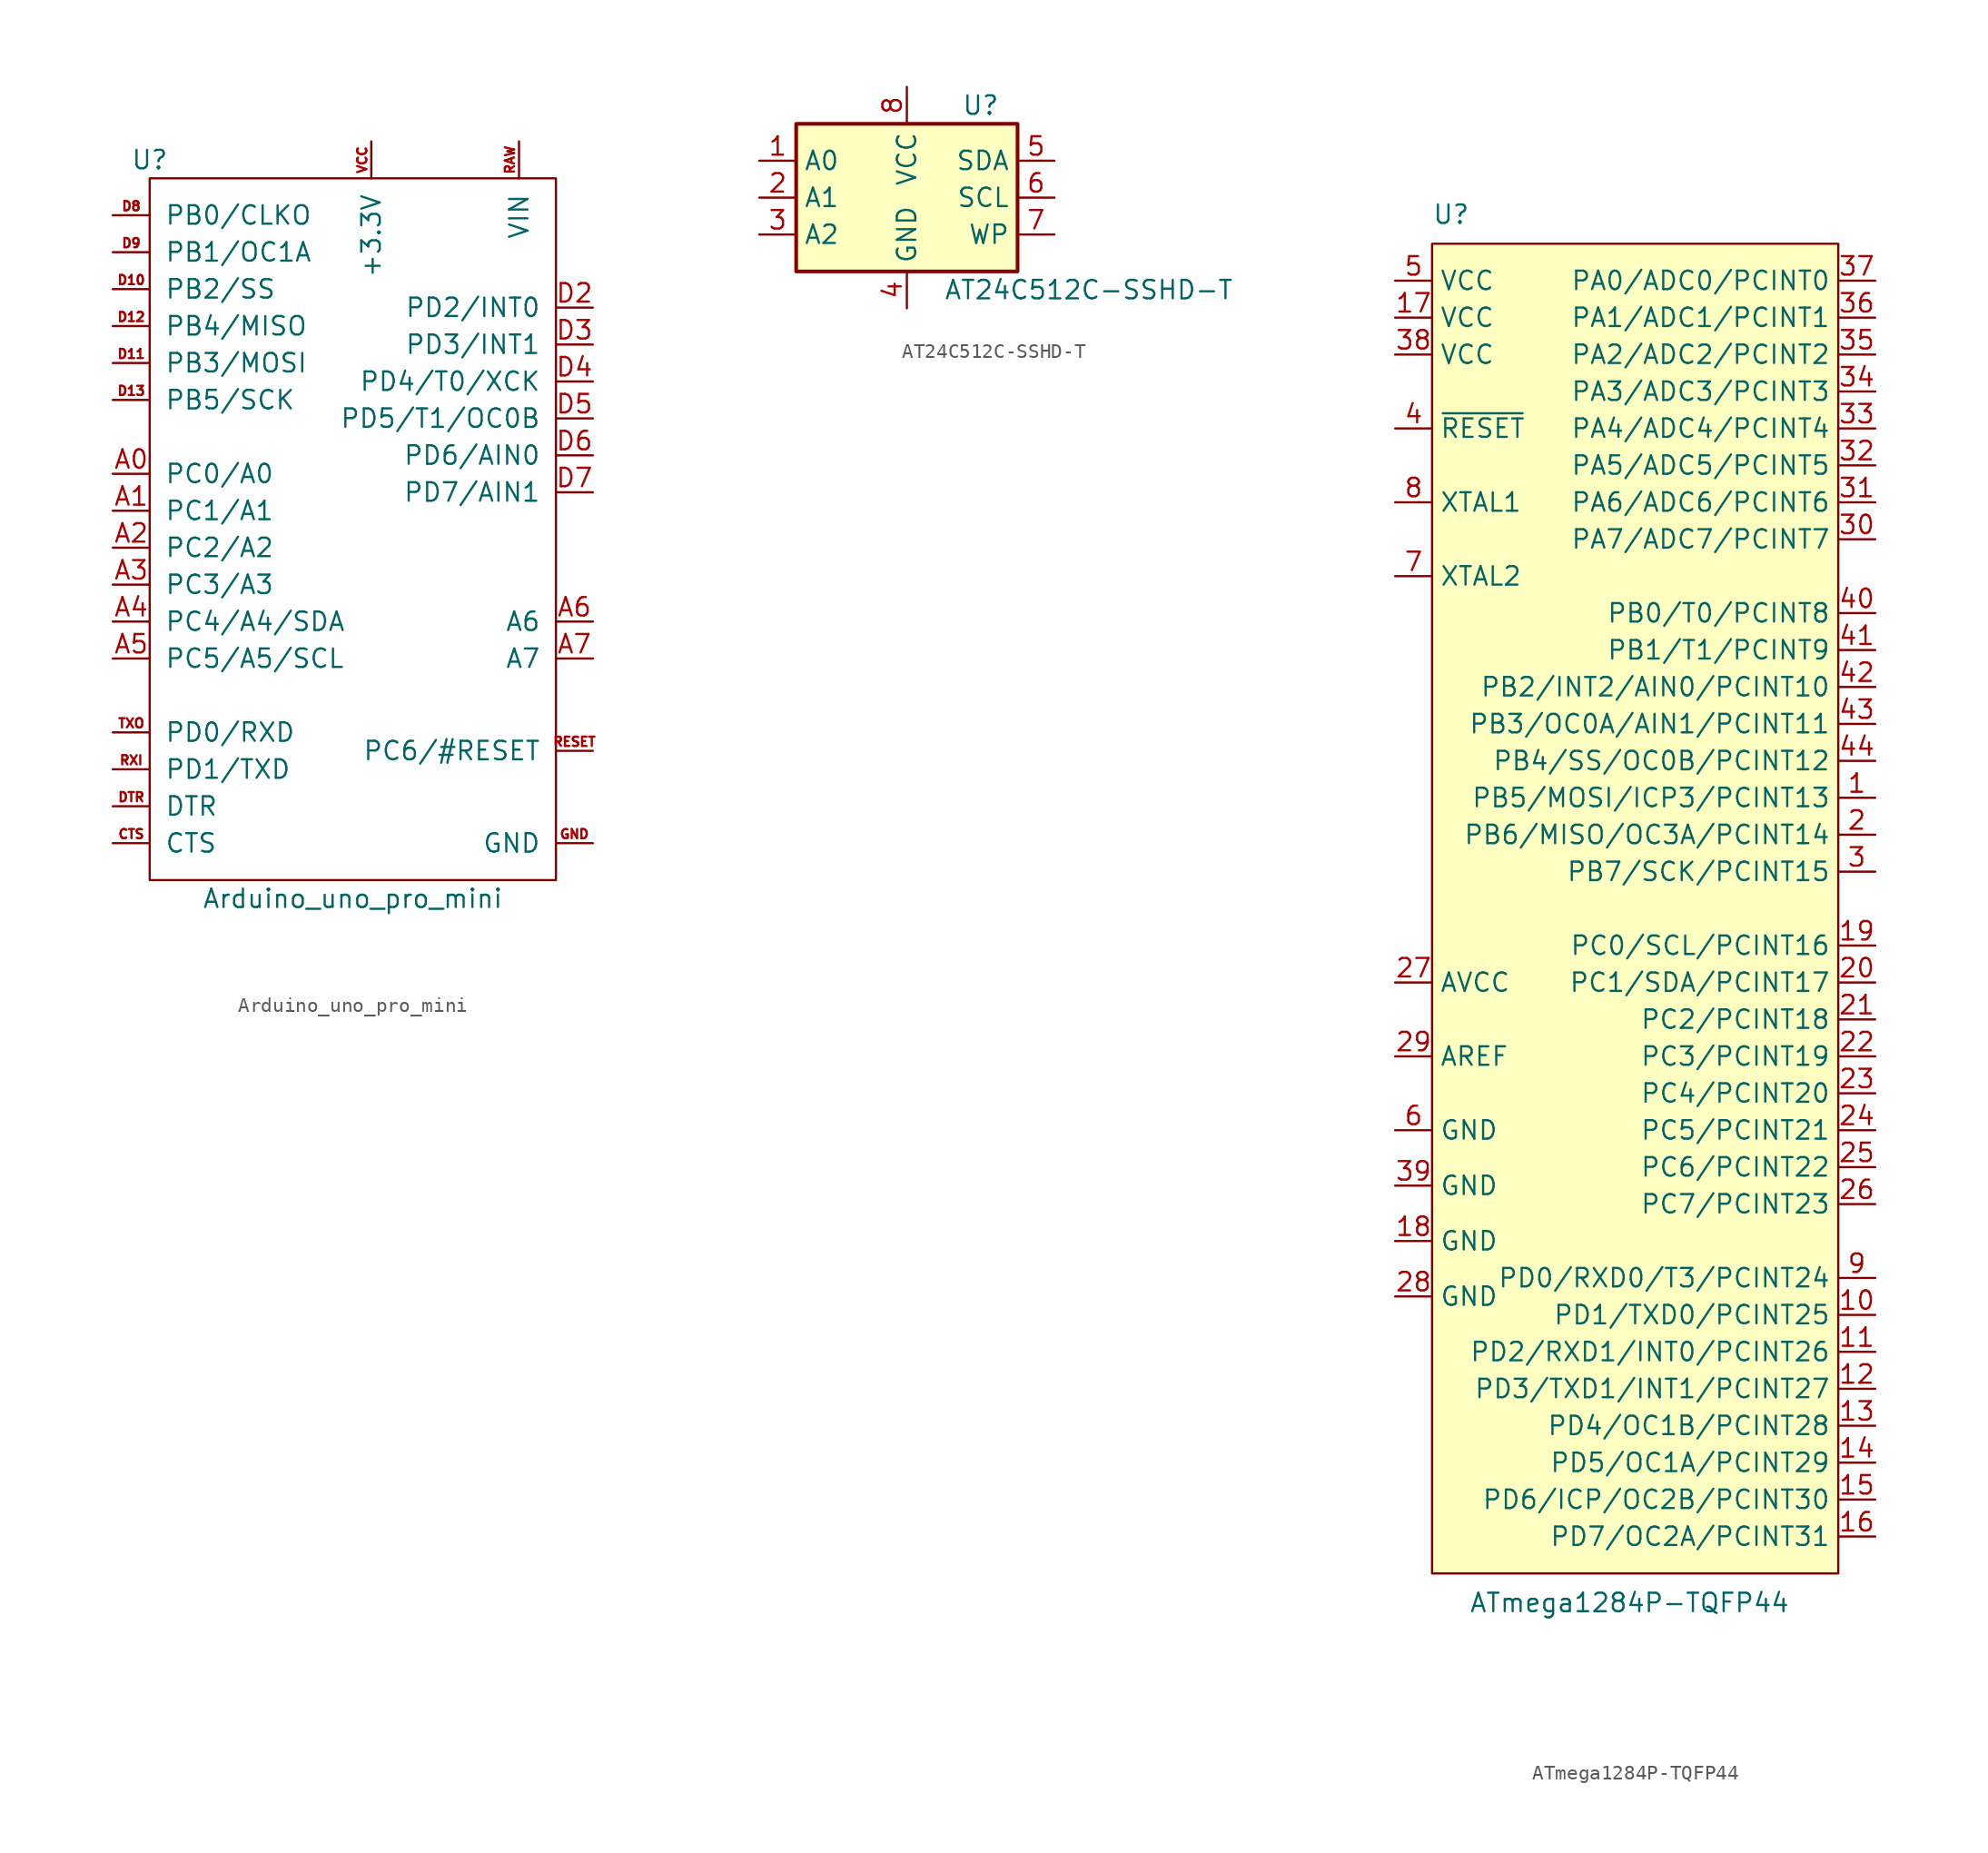
<source format=kicad_sym>
(kicad_symbol_lib
  (version 20231120)
  (generator "kicad_symbol_editor")
  (generator_version "8.0")
  (symbol "Arduino_uno_pro_mini"
    (pin_names
      (offset 1.016))
    (property "Reference" "U"
      (at -16.51 -3.81 0)
      (effects (font (size 1.27 1.27))))
    (property "Value" "Arduino_uno_pro_mini"
      (at -2.54 -54.61 0)
      (effects (font (size 1.27 1.27))))
    (symbol "Arduino_uno_pro_mini_0_0"
      (pin bidirectional line (at -19.05 -25.4 0) (length 2.54) (name "PC0/A0" (effects (font (size 1.27 1.27)))) (number "A0" (effects (font (size 1.27 1.27)))))
      (pin bidirectional line (at -19.05 -27.94 0) (length 2.54) (name "PC1/A1" (effects (font (size 1.27 1.27)))) (number "A1" (effects (font (size 1.27 1.27)))))
      (pin bidirectional line (at -19.05 -30.48 0) (length 2.54) (name "PC2/A2" (effects (font (size 1.27 1.27)))) (number "A2" (effects (font (size 1.27 1.27)))))
      (pin bidirectional line (at -19.05 -33.02 0) (length 2.54) (name "PC3/A3" (effects (font (size 1.27 1.27)))) (number "A3" (effects (font (size 1.27 1.27)))))
      (pin passive line (at -19.05 -35.56 0) (length 2.54) (name "PC4/A4/SDA" (effects (font (size 1.27 1.27)))) (number "A4" (effects (font (size 1.27 1.27)))))
      (pin passive line (at -19.05 -38.1 0) (length 2.54) (name "PC5/A5/SCL" (effects (font (size 1.27 1.27)))) (number "A5" (effects (font (size 1.27 1.27)))))
      (pin passive line (at 13.97 -35.56 180) (length 2.54) (name "A6" (effects (font (size 1.27 1.27)))) (number "A6" (effects (font (size 1.27 1.27)))))
      (pin passive line (at 13.97 -38.1 180) (length 2.54) (name "A7" (effects (font (size 1.27 1.27)))) (number "A7" (effects (font (size 1.27 1.27)))))
      (pin passive line (at -19.05 -50.8 0) (length 2.54) (name "CTS" (effects (font (size 1.27 1.27)))) (number "CTS" (effects (font (size 0.635 0.635)))))
      (pin bidirectional line (at -19.05 -12.7 0) (length 2.54) (name "PB2/SS" (effects (font (size 1.27 1.27)))) (number "D10" (effects (font (size 0.635 0.635)))))
      (pin bidirectional line (at -19.05 -17.78 0) (length 2.54) (name "PB3/MOSI" (effects (font (size 1.27 1.27)))) (number "D11" (effects (font (size 0.635 0.635)))))
      (pin bidirectional line (at -19.05 -15.24 0) (length 2.54) (name "PB4/MISO" (effects (font (size 1.27 1.27)))) (number "D12" (effects (font (size 0.635 0.635)))))
      (pin bidirectional line (at -19.05 -20.32 0) (length 2.54) (name "PB5/SCK" (effects (font (size 1.27 1.27)))) (number "D13" (effects (font (size 0.635 0.635)))))
      (pin bidirectional line (at 13.97 -19.05 180) (length 2.54) (name "PD4/T0/XCK" (effects (font (size 1.27 1.27)))) (number "D4" (effects (font (size 1.27 1.27)))))
      (pin bidirectional line (at 13.97 -24.13 180) (length 2.54) (name "PD6/AIN0" (effects (font (size 1.27 1.27)))) (number "D6" (effects (font (size 1.27 1.27)))))
      (pin bidirectional line (at 13.97 -26.67 180) (length 2.54) (name "PD7/AIN1" (effects (font (size 1.27 1.27)))) (number "D7" (effects (font (size 1.27 1.27)))))
      (pin bidirectional line (at -19.05 -7.62 0) (length 2.54) (name "PB0/CLKO" (effects (font (size 1.27 1.27)))) (number "D8" (effects (font (size 0.635 0.635)))))
      (pin bidirectional line (at -19.05 -10.16 0) (length 2.54) (name "PB1/OC1A" (effects (font (size 1.27 1.27)))) (number "D9" (effects (font (size 0.635 0.635)))))
      (pin bidirectional line (at -19.05 -48.26 0) (length 2.54) (name "DTR" (effects (font (size 1.27 1.27)))) (number "DTR" (effects (font (size 0.635 0.635)))))
      (pin power_in line (at 13.97 -50.8 180) (length 2.54) (name "GND" (effects (font (size 1.27 1.27)))) (number "GND" (effects (font (size 0.635 0.635)))))
      (pin power_in line (at 8.89 -2.54 270) (length 2.54) (name "VIN" (effects (font (size 1.27 1.27)))) (number "RAW" (effects (font (size 0.635 0.635)))))
      (pin bidirectional line (at 13.97 -44.45 180) (length 2.54) (name "PC6/#RESET" (effects (font (size 1.27 1.27)))) (number "RESET" (effects (font (size 0.635 0.635)))))
      (pin bidirectional line (at -19.05 -45.72 0) (length 2.54) (name "PD1/TXD" (effects (font (size 1.27 1.27)))) (number "RXI" (effects (font (size 0.635 0.635)))))
      (pin bidirectional line (at -19.05 -43.18 0) (length 2.54) (name "PD0/RXD" (effects (font (size 1.27 1.27)))) (number "TXO" (effects (font (size 0.635 0.635)))))
      (pin power_in line (at -1.27 -2.54 270) (length 2.54) (name "+3.3V" (effects (font (size 1.27 1.27)))) (number "VCC" (effects (font (size 0.635 0.635))))))
    (symbol "Arduino_uno_pro_mini_0_1"
      (rectangle (start -16.51 -5.08) (end 11.43 -53.34) (stroke (width 0) (type default)) (fill (type none))))
    (symbol "Arduino_uno_pro_mini_1_1"
      (pin bidirectional line (at 13.97 -13.97 180) (length 2.54) (name "PD2/INT0" (effects (font (size 1.27 1.27)))) (number "D2" (effects (font (size 1.27 1.27)))))
      (pin bidirectional line (at 13.97 -16.51 180) (length 2.54) (name "PD3/INT1" (effects (font (size 1.27 1.27)))) (number "D3" (effects (font (size 1.27 1.27)))))
      (pin bidirectional line (at 13.97 -21.59 180) (length 2.54) (name "PD5/T1/OC0B" (effects (font (size 1.27 1.27)))) (number "D5" (effects (font (size 1.27 1.27)))))))
  (symbol "AT24C512C-SSHD-T"
    (property "Reference" "U"
      (at 5.08 6.35 0)
      (effects (font (size 1.27 1.27))))
    (property "Value" "AT24C512C-SSHD-T"
      (at 2.54 -6.35 0)
      (effects (font (size 1.27 1.27)) (justify left)))
    (symbol "AT24C512C-SSHD-T_1_1"
      (rectangle (start -7.62 5.08) (end 7.62 -5.08) (stroke (width 0.254) (type default)) (fill (type background)))
      (pin input line (at -10.16 2.54 0) (length 2.54) (name "A0" (effects (font (size 1.27 1.27)))) (number "1" (effects (font (size 1.27 1.27)))))
      (pin input line (at -10.16 0 0) (length 2.54) (name "A1" (effects (font (size 1.27 1.27)))) (number "2" (effects (font (size 1.27 1.27)))))
      (pin input line (at -10.16 -2.54 0) (length 2.54) (name "A2" (effects (font (size 1.27 1.27)))) (number "3" (effects (font (size 1.27 1.27)))))
      (pin power_in line (at 0 -7.62 90) (length 2.54) (name "GND" (effects (font (size 1.27 1.27)))) (number "4" (effects (font (size 1.27 1.27)))))
      (pin bidirectional line (at 10.16 2.54 180) (length 2.54) (name "SDA" (effects (font (size 1.27 1.27)))) (number "5" (effects (font (size 1.27 1.27)))))
      (pin input line (at 10.16 0 180) (length 2.54) (name "SCL" (effects (font (size 1.27 1.27)))) (number "6" (effects (font (size 1.27 1.27)))))
      (pin input line (at 10.16 -2.54 180) (length 2.54) (name "WP" (effects (font (size 1.27 1.27)))) (number "7" (effects (font (size 1.27 1.27)))))
      (pin power_in line (at 0 7.62 270) (length 2.54) (name "VCC" (effects (font (size 1.27 1.27)))) (number "8" (effects (font (size 1.27 1.27)))))))
  (symbol "ATmega1284P-TQFP44"
    (property "Reference" "U"
      (at -15.24 46.99 0)
      (effects (font (size 1.27 1.27)) (justify left bottom)))
    (property "Value" "ATmega1284P-TQFP44"
      (at -12.7 -46.99 0)
      (effects (font (size 1.27 1.27)) (justify left top)))
    (symbol "ATmega1284P-TQFP44_0_1"
      (rectangle (start 12.7 45.72) (end -15.24 -45.72) (stroke (width 0) (type default)) (fill (type background))))
    (symbol "ATmega1284P-TQFP44_1_1"
      (pin bidirectional line (at 15.24 7.62 180) (length 2.54) (name "PB5/MOSI/ICP3/PCINT13" (effects (font (size 1.27 1.27)))) (number "1" (effects (font (size 1.27 1.27)))))
      (pin bidirectional line (at 15.24 -27.94 180) (length 2.54) (name "PD1/TXD0/PCINT25" (effects (font (size 1.27 1.27)))) (number "10" (effects (font (size 1.27 1.27)))))
      (pin bidirectional line (at 15.24 -30.48 180) (length 2.54) (name "PD2/RXD1/INT0/PCINT26" (effects (font (size 1.27 1.27)))) (number "11" (effects (font (size 1.27 1.27)))))
      (pin bidirectional line (at 15.24 -33.02 180) (length 2.54) (name "PD3/TXD1/INT1/PCINT27" (effects (font (size 1.27 1.27)))) (number "12" (effects (font (size 1.27 1.27)))))
      (pin bidirectional line (at 15.24 -35.56 180) (length 2.54) (name "PD4/OC1B/PCINT28" (effects (font (size 1.27 1.27)))) (number "13" (effects (font (size 1.27 1.27)))))
      (pin bidirectional line (at 15.24 -38.1 180) (length 2.54) (name "PD5/OC1A/PCINT29" (effects (font (size 1.27 1.27)))) (number "14" (effects (font (size 1.27 1.27)))))
      (pin bidirectional line (at 15.24 -40.64 180) (length 2.54) (name "PD6/ICP/OC2B/PCINT30" (effects (font (size 1.27 1.27)))) (number "15" (effects (font (size 1.27 1.27)))))
      (pin bidirectional line (at 15.24 -43.18 180) (length 2.54) (name "PD7/OC2A/PCINT31" (effects (font (size 1.27 1.27)))) (number "16" (effects (font (size 1.27 1.27)))))
      (pin power_in line (at -17.78 40.64 0) (length 2.54) (name "VCC" (effects (font (size 1.27 1.27)))) (number "17" (effects (font (size 1.27 1.27)))))
      (pin power_in line (at -17.78 -22.86 0) (length 2.54) (name "GND" (effects (font (size 1.27 1.27)))) (number "18" (effects (font (size 1.27 1.27)))))
      (pin bidirectional line (at 15.24 -2.54 180) (length 2.54) (name "PC0/SCL/PCINT16" (effects (font (size 1.27 1.27)))) (number "19" (effects (font (size 1.27 1.27)))))
      (pin bidirectional line (at 15.24 5.08 180) (length 2.54) (name "PB6/MISO/OC3A/PCINT14" (effects (font (size 1.27 1.27)))) (number "2" (effects (font (size 1.27 1.27)))))
      (pin bidirectional line (at 15.24 -5.08 180) (length 2.54) (name "PC1/SDA/PCINT17" (effects (font (size 1.27 1.27)))) (number "20" (effects (font (size 1.27 1.27)))))
      (pin bidirectional line (at 15.24 -7.62 180) (length 2.54) (name "PC2/PCINT18" (effects (font (size 1.27 1.27)))) (number "21" (effects (font (size 1.27 1.27)))))
      (pin bidirectional line (at 15.24 -10.16 180) (length 2.54) (name "PC3/PCINT19" (effects (font (size 1.27 1.27)))) (number "22" (effects (font (size 1.27 1.27)))))
      (pin bidirectional line (at 15.24 -12.7 180) (length 2.54) (name "PC4/PCINT20" (effects (font (size 1.27 1.27)))) (number "23" (effects (font (size 1.27 1.27)))))
      (pin bidirectional line (at 15.24 -15.24 180) (length 2.54) (name "PC5/PCINT21" (effects (font (size 1.27 1.27)))) (number "24" (effects (font (size 1.27 1.27)))))
      (pin bidirectional line (at 15.24 -17.78 180) (length 2.54) (name "PC6/PCINT22" (effects (font (size 1.27 1.27)))) (number "25" (effects (font (size 1.27 1.27)))))
      (pin bidirectional line (at 15.24 -20.32 180) (length 2.54) (name "PC7/PCINT23" (effects (font (size 1.27 1.27)))) (number "26" (effects (font (size 1.27 1.27)))))
      (pin power_in line (at -17.78 -5.08 0) (length 2.54) (name "AVCC" (effects (font (size 1.27 1.27)))) (number "27" (effects (font (size 1.27 1.27)))))
      (pin power_in line (at -17.78 -26.67 0) (length 2.54) (name "GND" (effects (font (size 1.27 1.27)))) (number "28" (effects (font (size 1.27 1.27)))))
      (pin passive line (at -17.78 -10.16 0) (length 2.54) (name "AREF" (effects (font (size 1.27 1.27)))) (number "29" (effects (font (size 1.27 1.27)))))
      (pin bidirectional line (at 15.24 2.54 180) (length 2.54) (name "PB7/SCK/PCINT15" (effects (font (size 1.27 1.27)))) (number "3" (effects (font (size 1.27 1.27)))))
      (pin bidirectional line (at 15.24 25.4 180) (length 2.54) (name "PA7/ADC7/PCINT7" (effects (font (size 1.27 1.27)))) (number "30" (effects (font (size 1.27 1.27)))))
      (pin bidirectional line (at 15.24 27.94 180) (length 2.54) (name "PA6/ADC6/PCINT6" (effects (font (size 1.27 1.27)))) (number "31" (effects (font (size 1.27 1.27)))))
      (pin bidirectional line (at 15.24 30.48 180) (length 2.54) (name "PA5/ADC5/PCINT5" (effects (font (size 1.27 1.27)))) (number "32" (effects (font (size 1.27 1.27)))))
      (pin bidirectional line (at 15.24 33.02 180) (length 2.54) (name "PA4/ADC4/PCINT4" (effects (font (size 1.27 1.27)))) (number "33" (effects (font (size 1.27 1.27)))))
      (pin bidirectional line (at 15.24 35.56 180) (length 2.54) (name "PA3/ADC3/PCINT3" (effects (font (size 1.27 1.27)))) (number "34" (effects (font (size 1.27 1.27)))))
      (pin bidirectional line (at 15.24 38.1 180) (length 2.54) (name "PA2/ADC2/PCINT2" (effects (font (size 1.27 1.27)))) (number "35" (effects (font (size 1.27 1.27)))))
      (pin bidirectional line (at 15.24 40.64 180) (length 2.54) (name "PA1/ADC1/PCINT1" (effects (font (size 1.27 1.27)))) (number "36" (effects (font (size 1.27 1.27)))))
      (pin bidirectional line (at 15.24 43.18 180) (length 2.54) (name "PA0/ADC0/PCINT0" (effects (font (size 1.27 1.27)))) (number "37" (effects (font (size 1.27 1.27)))))
      (pin power_in line (at -17.78 38.1 0) (length 2.54) (name "VCC" (effects (font (size 1.27 1.27)))) (number "38" (effects (font (size 1.27 1.27)))))
      (pin power_in line (at -17.78 -19.05 0) (length 2.54) (name "GND" (effects (font (size 1.27 1.27)))) (number "39" (effects (font (size 1.27 1.27)))))
      (pin input line (at -17.78 33.02 0) (length 2.54) (name "~{RESET}" (effects (font (size 1.27 1.27)))) (number "4" (effects (font (size 1.27 1.27)))))
      (pin bidirectional line (at 15.24 20.32 180) (length 2.54) (name "PB0/T0/PCINT8" (effects (font (size 1.27 1.27)))) (number "40" (effects (font (size 1.27 1.27)))))
      (pin bidirectional line (at 15.24 17.78 180) (length 2.54) (name "PB1/T1/PCINT9" (effects (font (size 1.27 1.27)))) (number "41" (effects (font (size 1.27 1.27)))))
      (pin bidirectional line (at 15.24 15.24 180) (length 2.54) (name "PB2/INT2/AIN0/PCINT10" (effects (font (size 1.27 1.27)))) (number "42" (effects (font (size 1.27 1.27)))))
      (pin bidirectional line (at 15.24 12.7 180) (length 2.54) (name "PB3/OC0A/AIN1/PCINT11" (effects (font (size 1.27 1.27)))) (number "43" (effects (font (size 1.27 1.27)))))
      (pin bidirectional line (at 15.24 10.16 180) (length 2.54) (name "PB4/SS/OC0B/PCINT12" (effects (font (size 1.27 1.27)))) (number "44" (effects (font (size 1.27 1.27)))))
      (pin power_in line (at -17.78 43.18 0) (length 2.54) (name "VCC" (effects (font (size 1.27 1.27)))) (number "5" (effects (font (size 1.27 1.27)))))
      (pin power_in line (at -17.78 -15.24 0) (length 2.54) (name "GND" (effects (font (size 1.27 1.27)))) (number "6" (effects (font (size 1.27 1.27)))))
      (pin output line (at -17.78 22.86 0) (length 2.54) (name "XTAL2" (effects (font (size 1.27 1.27)))) (number "7" (effects (font (size 1.27 1.27)))))
      (pin input line (at -17.78 27.94 0) (length 2.54) (name "XTAL1" (effects (font (size 1.27 1.27)))) (number "8" (effects (font (size 1.27 1.27)))))
      (pin bidirectional line (at 15.24 -25.4 180) (length 2.54) (name "PD0/RXD0/T3/PCINT24" (effects (font (size 1.27 1.27)))) (number "9" (effects (font (size 1.27 1.27))))))))
</source>
